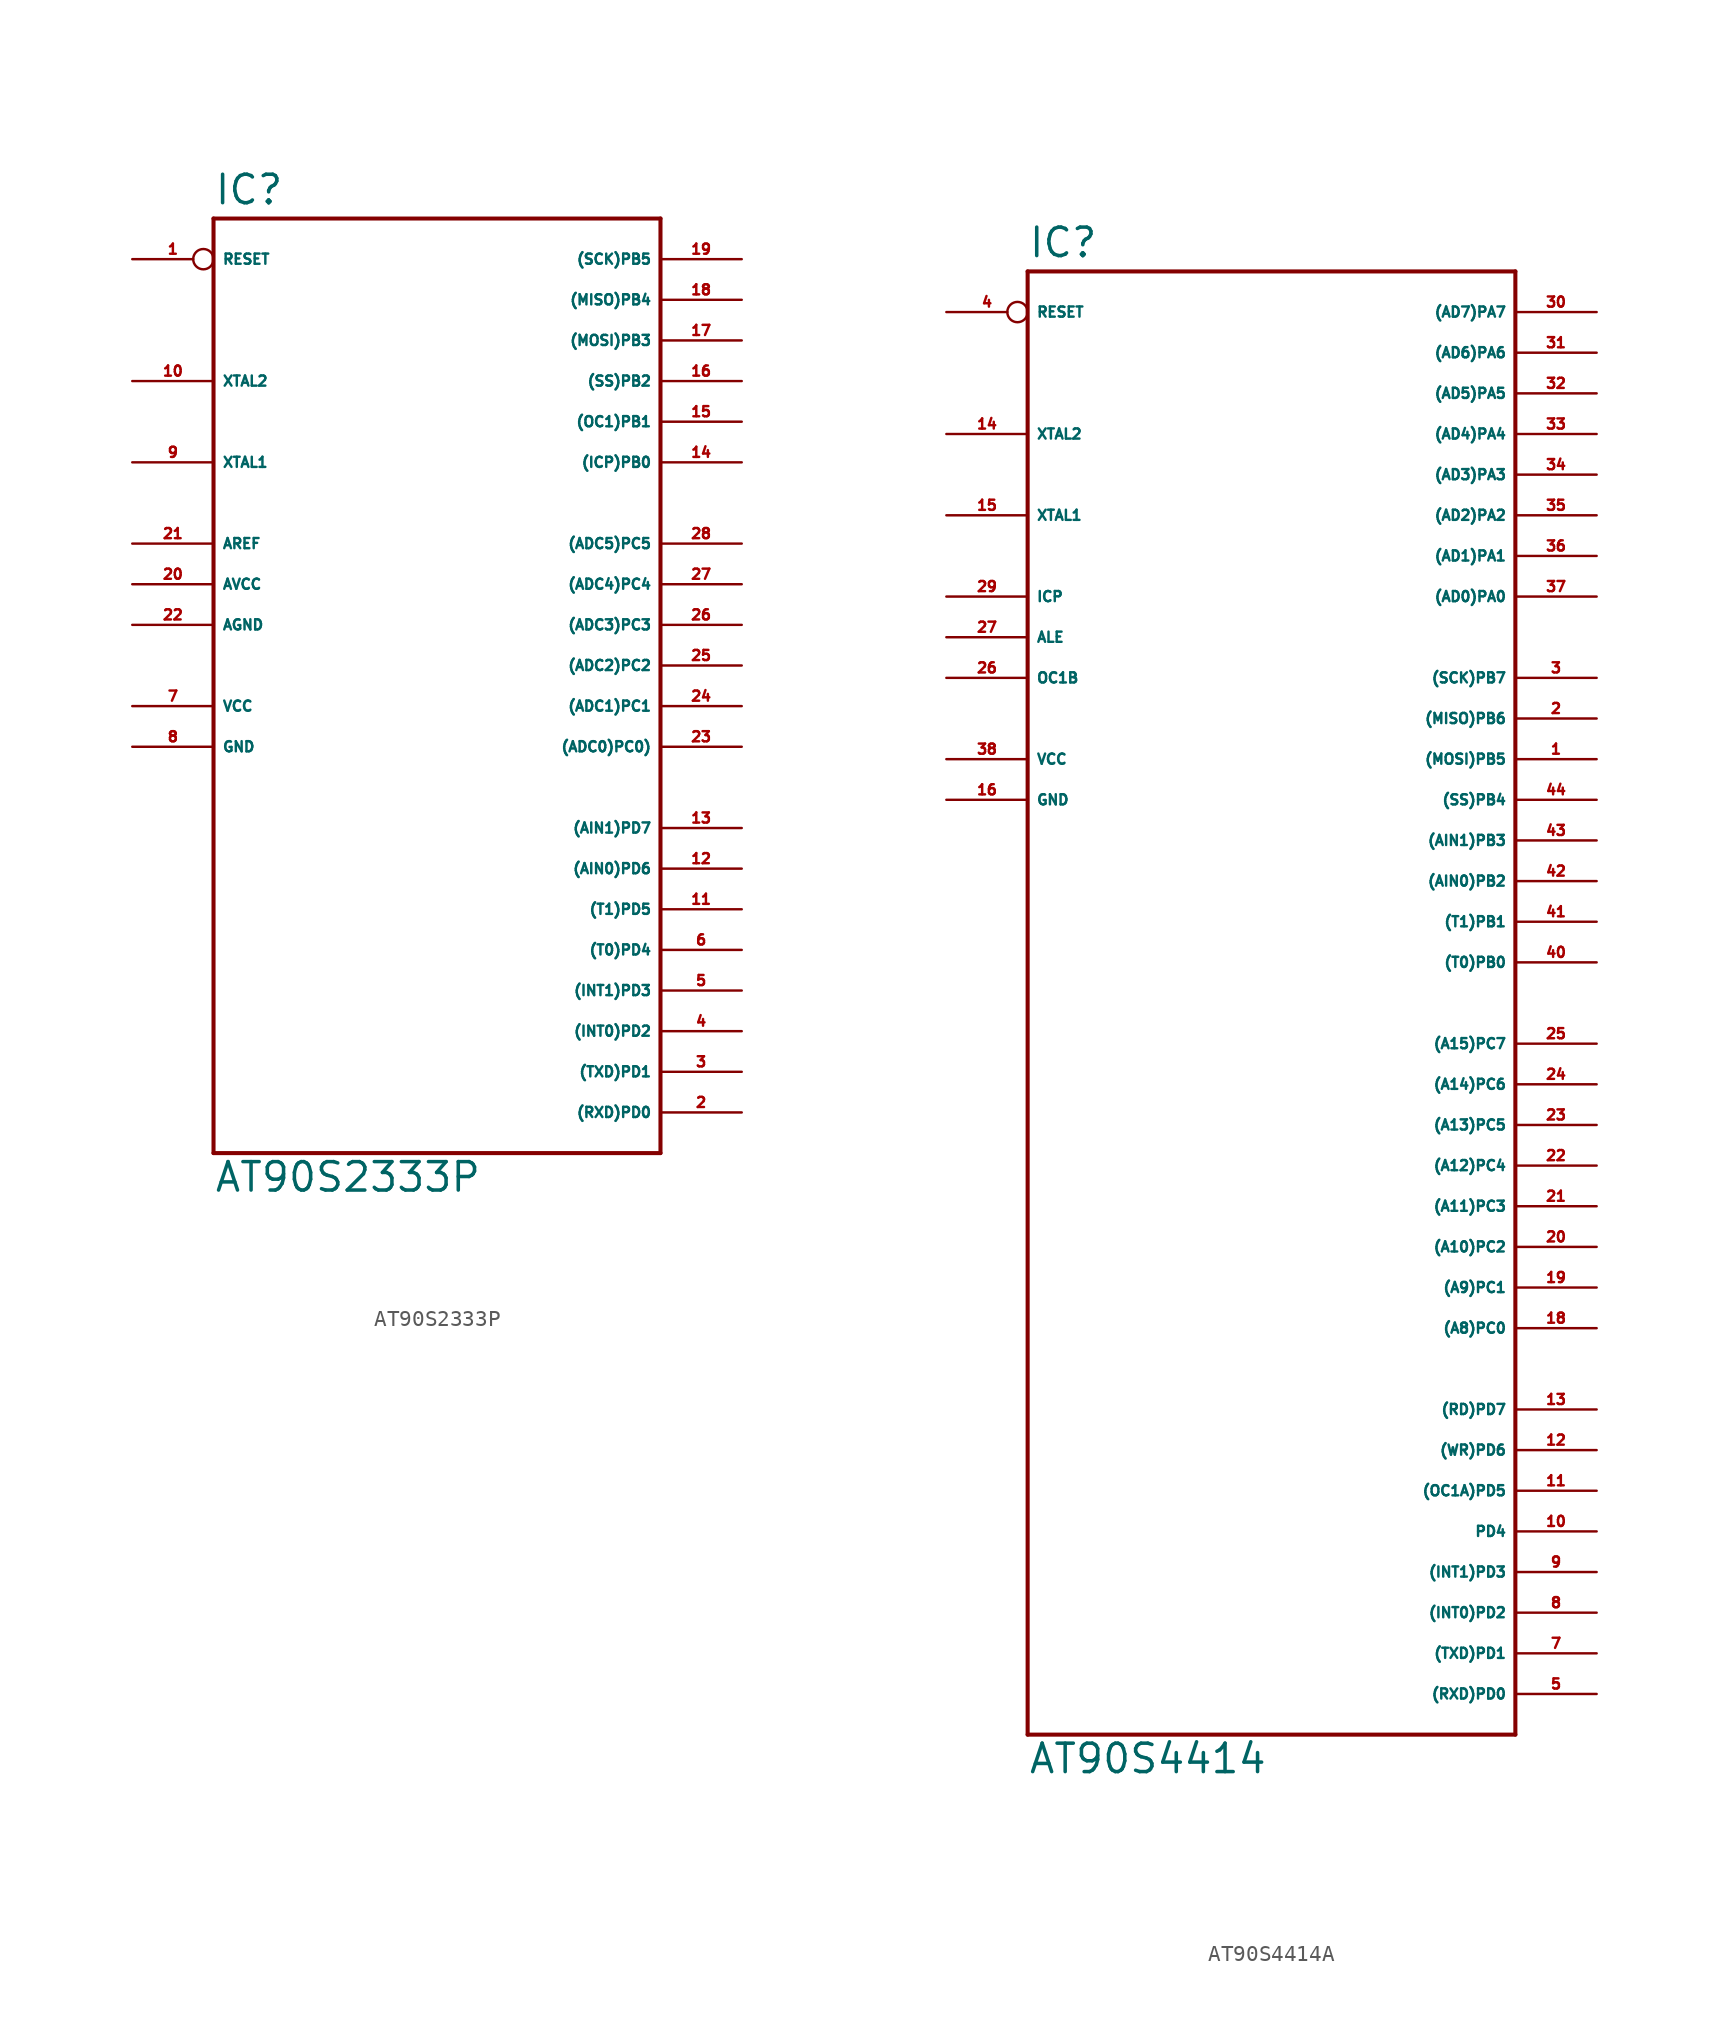
<source format=kicad_sym>
(kicad_symbol_lib
  (version 20220914)
  (generator Eagle2Kicad)
  (symbol "AT90S2333P"
    (property "Reference" "IC"
      (at -15.24 28.702 0)
      (effects (font (size 1.778 1.778) (thickness 0.22)) (justify left bottom)))
    (property "Value" "AT90S2333P"
      (at -15.24 -33.02 0)
      (effects (font (size 1.778 1.778) (thickness 0.22)) (justify left bottom)))
    (polyline
      (pts (xy -15.24 27.94) (xy 12.7 27.94))
      (stroke (width 0.254) (type default))
      (fill (type none)))
    (polyline
      (pts (xy 12.7 27.94) (xy 12.7 -30.48))
      (stroke (width 0.254) (type default))
      (fill (type none)))
    (polyline
      (pts (xy 12.7 -30.48) (xy -15.24 -30.48))
      (stroke (width 0.254) (type default))
      (fill (type none)))
    (polyline
      (pts (xy -15.24 -30.48) (xy -15.24 27.94))
      (stroke (width 0.254) (type default))
      (fill (type none)))
    (pin bidirectional line
      (at 17.78 7.62 180)
      (length 5.08)
      (name "(ADC5)PC5" (effects (font (size 0.635 0.635) (thickness 0.08)) (justify left bottom)))
      (number "28" (effects (font (size 0.635 0.635) (thickness 0.08)) (justify left bottom))))
    (pin bidirectional line
      (at 17.78 5.08 180)
      (length 5.08)
      (name "(ADC4)PC4" (effects (font (size 0.635 0.635) (thickness 0.08)) (justify left bottom)))
      (number "27" (effects (font (size 0.635 0.635) (thickness 0.08)) (justify left bottom))))
    (pin bidirectional line
      (at 17.78 2.54 180)
      (length 5.08)
      (name "(ADC3)PC3" (effects (font (size 0.635 0.635) (thickness 0.08)) (justify left bottom)))
      (number "26" (effects (font (size 0.635 0.635) (thickness 0.08)) (justify left bottom))))
    (pin bidirectional line
      (at 17.78 0 180)
      (length 5.08)
      (name "(ADC2)PC2" (effects (font (size 0.635 0.635) (thickness 0.08)) (justify left bottom)))
      (number "25" (effects (font (size 0.635 0.635) (thickness 0.08)) (justify left bottom))))
    (pin bidirectional line
      (at 17.78 -2.54 180)
      (length 5.08)
      (name "(ADC1)PC1" (effects (font (size 0.635 0.635) (thickness 0.08)) (justify left bottom)))
      (number "24" (effects (font (size 0.635 0.635) (thickness 0.08)) (justify left bottom))))
    (pin bidirectional line
      (at 17.78 -5.08 180)
      (length 5.08)
      (name "(ADC0)PC0)" (effects (font (size 0.635 0.635) (thickness 0.08)) (justify left bottom)))
      (number "23" (effects (font (size 0.635 0.635) (thickness 0.08)) (justify left bottom))))
    (pin bidirectional line
      (at 17.78 25.4 180)
      (length 5.08)
      (name "(SCK)PB5" (effects (font (size 0.635 0.635) (thickness 0.08)) (justify left bottom)))
      (number "19" (effects (font (size 0.635 0.635) (thickness 0.08)) (justify left bottom))))
    (pin bidirectional line
      (at 17.78 22.86 180)
      (length 5.08)
      (name "(MISO)PB4" (effects (font (size 0.635 0.635) (thickness 0.08)) (justify left bottom)))
      (number "18" (effects (font (size 0.635 0.635) (thickness 0.08)) (justify left bottom))))
    (pin bidirectional line
      (at 17.78 20.32 180)
      (length 5.08)
      (name "(MOSI)PB3" (effects (font (size 0.635 0.635) (thickness 0.08)) (justify left bottom)))
      (number "17" (effects (font (size 0.635 0.635) (thickness 0.08)) (justify left bottom))))
    (pin bidirectional line
      (at 17.78 17.78 180)
      (length 5.08)
      (name "(SS)PB2" (effects (font (size 0.635 0.635) (thickness 0.08)) (justify left bottom)))
      (number "16" (effects (font (size 0.635 0.635) (thickness 0.08)) (justify left bottom))))
    (pin bidirectional line
      (at 17.78 15.24 180)
      (length 5.08)
      (name "(OC1)PB1" (effects (font (size 0.635 0.635) (thickness 0.08)) (justify left bottom)))
      (number "15" (effects (font (size 0.635 0.635) (thickness 0.08)) (justify left bottom))))
    (pin bidirectional line
      (at 17.78 12.7 180)
      (length 5.08)
      (name "(ICP)PB0" (effects (font (size 0.635 0.635) (thickness 0.08)) (justify left bottom)))
      (number "14" (effects (font (size 0.635 0.635) (thickness 0.08)) (justify left bottom))))
    (pin bidirectional line
      (at 17.78 -10.16 180)
      (length 5.08)
      (name "(AIN1)PD7" (effects (font (size 0.635 0.635) (thickness 0.08)) (justify left bottom)))
      (number "13" (effects (font (size 0.635 0.635) (thickness 0.08)) (justify left bottom))))
    (pin bidirectional line
      (at 17.78 -12.7 180)
      (length 5.08)
      (name "(AIN0)PD6" (effects (font (size 0.635 0.635) (thickness 0.08)) (justify left bottom)))
      (number "12" (effects (font (size 0.635 0.635) (thickness 0.08)) (justify left bottom))))
    (pin bidirectional line
      (at 17.78 -15.24 180)
      (length 5.08)
      (name "(T1)PD5" (effects (font (size 0.635 0.635) (thickness 0.08)) (justify left bottom)))
      (number "11" (effects (font (size 0.635 0.635) (thickness 0.08)) (justify left bottom))))
    (pin bidirectional line
      (at 17.78 -17.78 180)
      (length 5.08)
      (name "(T0)PD4" (effects (font (size 0.635 0.635) (thickness 0.08)) (justify left bottom)))
      (number "6" (effects (font (size 0.635 0.635) (thickness 0.08)) (justify left bottom))))
    (pin bidirectional line
      (at 17.78 -20.32 180)
      (length 5.08)
      (name "(INT1)PD3" (effects (font (size 0.635 0.635) (thickness 0.08)) (justify left bottom)))
      (number "5" (effects (font (size 0.635 0.635) (thickness 0.08)) (justify left bottom))))
    (pin bidirectional line
      (at 17.78 -22.86 180)
      (length 5.08)
      (name "(INT0)PD2" (effects (font (size 0.635 0.635) (thickness 0.08)) (justify left bottom)))
      (number "4" (effects (font (size 0.635 0.635) (thickness 0.08)) (justify left bottom))))
    (pin bidirectional line
      (at 17.78 -25.4 180)
      (length 5.08)
      (name "(TXD)PD1" (effects (font (size 0.635 0.635) (thickness 0.08)) (justify left bottom)))
      (number "3" (effects (font (size 0.635 0.635) (thickness 0.08)) (justify left bottom))))
    (pin bidirectional line
      (at 17.78 -27.94 180)
      (length 5.08)
      (name "(RXD)PD0" (effects (font (size 0.635 0.635) (thickness 0.08)) (justify left bottom)))
      (number "2" (effects (font (size 0.635 0.635) (thickness 0.08)) (justify left bottom))))
    (pin unspecified line
      (at -20.32 -5.08 0)
      (length 5.08)
      (name "GND" (effects (font (size 0.635 0.635) (thickness 0.08)) (justify left bottom)))
      (number "8" (effects (font (size 0.635 0.635) (thickness 0.08)) (justify left bottom))))
    (pin unspecified line
      (at -20.32 -2.54 0)
      (length 5.08)
      (name "VCC" (effects (font (size 0.635 0.635) (thickness 0.08)) (justify left bottom)))
      (number "7" (effects (font (size 0.635 0.635) (thickness 0.08)) (justify left bottom))))
    (pin unspecified line
      (at -20.32 5.08 0)
      (length 5.08)
      (name "AVCC" (effects (font (size 0.635 0.635) (thickness 0.08)) (justify left bottom)))
      (number "20" (effects (font (size 0.635 0.635) (thickness 0.08)) (justify left bottom))))
    (pin passive line
      (at -20.32 7.62 0)
      (length 5.08)
      (name "AREF" (effects (font (size 0.635 0.635) (thickness 0.08)) (justify left bottom)))
      (number "21" (effects (font (size 0.635 0.635) (thickness 0.08)) (justify left bottom))))
    (pin bidirectional line
      (at -20.32 12.7 0)
      (length 5.08)
      (name "XTAL1" (effects (font (size 0.635 0.635) (thickness 0.08)) (justify left bottom)))
      (number "9" (effects (font (size 0.635 0.635) (thickness 0.08)) (justify left bottom))))
    (pin bidirectional line
      (at -20.32 17.78 0)
      (length 5.08)
      (name "XTAL2" (effects (font (size 0.635 0.635) (thickness 0.08)) (justify left bottom)))
      (number "10" (effects (font (size 0.635 0.635) (thickness 0.08)) (justify left bottom))))
    (pin input inverted
      (at -20.32 25.4 0)
      (length 5.08)
      (name "RESET" (effects (font (size 0.635 0.635) (thickness 0.08)) (justify left bottom)))
      (number "1" (effects (font (size 0.635 0.635) (thickness 0.08)) (justify left bottom))))
    (pin unspecified line
      (at -20.32 2.54 0)
      (length 5.08)
      (name "AGND" (effects (font (size 0.635 0.635) (thickness 0.08)) (justify left bottom)))
      (number "22" (effects (font (size 0.635 0.635) (thickness 0.08)) (justify left bottom)))))
  (symbol "AT90S4414A"
    (property "Reference" "IC"
      (at -15.24 36.322 0)
      (effects (font (size 1.778 1.778) (thickness 0.22)) (justify left bottom)))
    (property "Value" "AT90S4414"
      (at -15.24 -58.42 0)
      (effects (font (size 1.778 1.778) (thickness 0.22)) (justify left bottom)))
    (polyline
      (pts (xy -15.24 35.56) (xy 15.24 35.56))
      (stroke (width 0.254) (type default))
      (fill (type none)))
    (polyline
      (pts (xy 15.24 35.56) (xy 15.24 -55.88))
      (stroke (width 0.254) (type default))
      (fill (type none)))
    (polyline
      (pts (xy 15.24 -55.88) (xy -15.24 -55.88))
      (stroke (width 0.254) (type default))
      (fill (type none)))
    (polyline
      (pts (xy -15.24 -55.88) (xy -15.24 35.56))
      (stroke (width 0.254) (type default))
      (fill (type none)))
    (pin bidirectional line
      (at 20.32 33.02 180)
      (length 5.08)
      (name "(AD7)PA7" (effects (font (size 0.635 0.635) (thickness 0.08)) (justify left bottom)))
      (number "30" (effects (font (size 0.635 0.635) (thickness 0.08)) (justify left bottom))))
    (pin bidirectional line
      (at 20.32 30.48 180)
      (length 5.08)
      (name "(AD6)PA6" (effects (font (size 0.635 0.635) (thickness 0.08)) (justify left bottom)))
      (number "31" (effects (font (size 0.635 0.635) (thickness 0.08)) (justify left bottom))))
    (pin bidirectional line
      (at 20.32 27.94 180)
      (length 5.08)
      (name "(AD5)PA5" (effects (font (size 0.635 0.635) (thickness 0.08)) (justify left bottom)))
      (number "32" (effects (font (size 0.635 0.635) (thickness 0.08)) (justify left bottom))))
    (pin bidirectional line
      (at 20.32 25.4 180)
      (length 5.08)
      (name "(AD4)PA4" (effects (font (size 0.635 0.635) (thickness 0.08)) (justify left bottom)))
      (number "33" (effects (font (size 0.635 0.635) (thickness 0.08)) (justify left bottom))))
    (pin bidirectional line
      (at 20.32 22.86 180)
      (length 5.08)
      (name "(AD3)PA3" (effects (font (size 0.635 0.635) (thickness 0.08)) (justify left bottom)))
      (number "34" (effects (font (size 0.635 0.635) (thickness 0.08)) (justify left bottom))))
    (pin bidirectional line
      (at 20.32 20.32 180)
      (length 5.08)
      (name "(AD2)PA2" (effects (font (size 0.635 0.635) (thickness 0.08)) (justify left bottom)))
      (number "35" (effects (font (size 0.635 0.635) (thickness 0.08)) (justify left bottom))))
    (pin bidirectional line
      (at 20.32 17.78 180)
      (length 5.08)
      (name "(AD1)PA1" (effects (font (size 0.635 0.635) (thickness 0.08)) (justify left bottom)))
      (number "36" (effects (font (size 0.635 0.635) (thickness 0.08)) (justify left bottom))))
    (pin bidirectional line
      (at 20.32 15.24 180)
      (length 5.08)
      (name "(AD0)PA0" (effects (font (size 0.635 0.635) (thickness 0.08)) (justify left bottom)))
      (number "37" (effects (font (size 0.635 0.635) (thickness 0.08)) (justify left bottom))))
    (pin bidirectional line
      (at 20.32 10.16 180)
      (length 5.08)
      (name "(SCK)PB7" (effects (font (size 0.635 0.635) (thickness 0.08)) (justify left bottom)))
      (number "3" (effects (font (size 0.635 0.635) (thickness 0.08)) (justify left bottom))))
    (pin bidirectional line
      (at 20.32 7.62 180)
      (length 5.08)
      (name "(MISO)PB6" (effects (font (size 0.635 0.635) (thickness 0.08)) (justify left bottom)))
      (number "2" (effects (font (size 0.635 0.635) (thickness 0.08)) (justify left bottom))))
    (pin bidirectional line
      (at 20.32 5.08 180)
      (length 5.08)
      (name "(MOSI)PB5" (effects (font (size 0.635 0.635) (thickness 0.08)) (justify left bottom)))
      (number "1" (effects (font (size 0.635 0.635) (thickness 0.08)) (justify left bottom))))
    (pin bidirectional line
      (at 20.32 2.54 180)
      (length 5.08)
      (name "(SS)PB4" (effects (font (size 0.635 0.635) (thickness 0.08)) (justify left bottom)))
      (number "44" (effects (font (size 0.635 0.635) (thickness 0.08)) (justify left bottom))))
    (pin bidirectional line
      (at 20.32 0 180)
      (length 5.08)
      (name "(AIN1)PB3" (effects (font (size 0.635 0.635) (thickness 0.08)) (justify left bottom)))
      (number "43" (effects (font (size 0.635 0.635) (thickness 0.08)) (justify left bottom))))
    (pin bidirectional line
      (at 20.32 -2.54 180)
      (length 5.08)
      (name "(AIN0)PB2" (effects (font (size 0.635 0.635) (thickness 0.08)) (justify left bottom)))
      (number "42" (effects (font (size 0.635 0.635) (thickness 0.08)) (justify left bottom))))
    (pin bidirectional line
      (at 20.32 -5.08 180)
      (length 5.08)
      (name "(T1)PB1" (effects (font (size 0.635 0.635) (thickness 0.08)) (justify left bottom)))
      (number "41" (effects (font (size 0.635 0.635) (thickness 0.08)) (justify left bottom))))
    (pin bidirectional line
      (at 20.32 -7.62 180)
      (length 5.08)
      (name "(T0)PB0" (effects (font (size 0.635 0.635) (thickness 0.08)) (justify left bottom)))
      (number "40" (effects (font (size 0.635 0.635) (thickness 0.08)) (justify left bottom))))
    (pin bidirectional line
      (at 20.32 -12.7 180)
      (length 5.08)
      (name "(A15)PC7" (effects (font (size 0.635 0.635) (thickness 0.08)) (justify left bottom)))
      (number "25" (effects (font (size 0.635 0.635) (thickness 0.08)) (justify left bottom))))
    (pin bidirectional line
      (at 20.32 -15.24 180)
      (length 5.08)
      (name "(A14)PC6" (effects (font (size 0.635 0.635) (thickness 0.08)) (justify left bottom)))
      (number "24" (effects (font (size 0.635 0.635) (thickness 0.08)) (justify left bottom))))
    (pin bidirectional line
      (at 20.32 -17.78 180)
      (length 5.08)
      (name "(A13)PC5" (effects (font (size 0.635 0.635) (thickness 0.08)) (justify left bottom)))
      (number "23" (effects (font (size 0.635 0.635) (thickness 0.08)) (justify left bottom))))
    (pin bidirectional line
      (at 20.32 -20.32 180)
      (length 5.08)
      (name "(A12)PC4" (effects (font (size 0.635 0.635) (thickness 0.08)) (justify left bottom)))
      (number "22" (effects (font (size 0.635 0.635) (thickness 0.08)) (justify left bottom))))
    (pin bidirectional line
      (at 20.32 -22.86 180)
      (length 5.08)
      (name "(A11)PC3" (effects (font (size 0.635 0.635) (thickness 0.08)) (justify left bottom)))
      (number "21" (effects (font (size 0.635 0.635) (thickness 0.08)) (justify left bottom))))
    (pin bidirectional line
      (at 20.32 -25.4 180)
      (length 5.08)
      (name "(A10)PC2" (effects (font (size 0.635 0.635) (thickness 0.08)) (justify left bottom)))
      (number "20" (effects (font (size 0.635 0.635) (thickness 0.08)) (justify left bottom))))
    (pin bidirectional line
      (at 20.32 -27.94 180)
      (length 5.08)
      (name "(A9)PC1" (effects (font (size 0.635 0.635) (thickness 0.08)) (justify left bottom)))
      (number "19" (effects (font (size 0.635 0.635) (thickness 0.08)) (justify left bottom))))
    (pin bidirectional line
      (at 20.32 -30.48 180)
      (length 5.08)
      (name "(A8)PC0" (effects (font (size 0.635 0.635) (thickness 0.08)) (justify left bottom)))
      (number "18" (effects (font (size 0.635 0.635) (thickness 0.08)) (justify left bottom))))
    (pin bidirectional line
      (at -20.32 10.16 0)
      (length 5.08)
      (name "OC1B" (effects (font (size 0.635 0.635) (thickness 0.08)) (justify left bottom)))
      (number "26" (effects (font (size 0.635 0.635) (thickness 0.08)) (justify left bottom))))
    (pin bidirectional line
      (at -20.32 12.7 0)
      (length 5.08)
      (name "ALE" (effects (font (size 0.635 0.635) (thickness 0.08)) (justify left bottom)))
      (number "27" (effects (font (size 0.635 0.635) (thickness 0.08)) (justify left bottom))))
    (pin bidirectional line
      (at -20.32 15.24 0)
      (length 5.08)
      (name "ICP" (effects (font (size 0.635 0.635) (thickness 0.08)) (justify left bottom)))
      (number "29" (effects (font (size 0.635 0.635) (thickness 0.08)) (justify left bottom))))
    (pin bidirectional line
      (at -20.32 20.32 0)
      (length 5.08)
      (name "XTAL1" (effects (font (size 0.635 0.635) (thickness 0.08)) (justify left bottom)))
      (number "15" (effects (font (size 0.635 0.635) (thickness 0.08)) (justify left bottom))))
    (pin bidirectional line
      (at -20.32 25.4 0)
      (length 5.08)
      (name "XTAL2" (effects (font (size 0.635 0.635) (thickness 0.08)) (justify left bottom)))
      (number "14" (effects (font (size 0.635 0.635) (thickness 0.08)) (justify left bottom))))
    (pin unspecified line
      (at -20.32 5.08 0)
      (length 5.08)
      (name "VCC" (effects (font (size 0.635 0.635) (thickness 0.08)) (justify left bottom)))
      (number "38" (effects (font (size 0.635 0.635) (thickness 0.08)) (justify left bottom))))
    (pin unspecified line
      (at -20.32 2.54 0)
      (length 5.08)
      (name "GND" (effects (font (size 0.635 0.635) (thickness 0.08)) (justify left bottom)))
      (number "16" (effects (font (size 0.635 0.635) (thickness 0.08)) (justify left bottom))))
    (pin input inverted
      (at -20.32 33.02 0)
      (length 5.08)
      (name "RESET" (effects (font (size 0.635 0.635) (thickness 0.08)) (justify left bottom)))
      (number "4" (effects (font (size 0.635 0.635) (thickness 0.08)) (justify left bottom))))
    (pin bidirectional line
      (at 20.32 -53.34 180)
      (length 5.08)
      (name "(RXD)PD0" (effects (font (size 0.635 0.635) (thickness 0.08)) (justify left bottom)))
      (number "5" (effects (font (size 0.635 0.635) (thickness 0.08)) (justify left bottom))))
    (pin bidirectional line
      (at 20.32 -50.8 180)
      (length 5.08)
      (name "(TXD)PD1" (effects (font (size 0.635 0.635) (thickness 0.08)) (justify left bottom)))
      (number "7" (effects (font (size 0.635 0.635) (thickness 0.08)) (justify left bottom))))
    (pin bidirectional line
      (at 20.32 -48.26 180)
      (length 5.08)
      (name "(INT0)PD2" (effects (font (size 0.635 0.635) (thickness 0.08)) (justify left bottom)))
      (number "8" (effects (font (size 0.635 0.635) (thickness 0.08)) (justify left bottom))))
    (pin bidirectional line
      (at 20.32 -45.72 180)
      (length 5.08)
      (name "(INT1)PD3" (effects (font (size 0.635 0.635) (thickness 0.08)) (justify left bottom)))
      (number "9" (effects (font (size 0.635 0.635) (thickness 0.08)) (justify left bottom))))
    (pin bidirectional line
      (at 20.32 -43.18 180)
      (length 5.08)
      (name "PD4" (effects (font (size 0.635 0.635) (thickness 0.08)) (justify left bottom)))
      (number "10" (effects (font (size 0.635 0.635) (thickness 0.08)) (justify left bottom))))
    (pin bidirectional line
      (at 20.32 -40.64 180)
      (length 5.08)
      (name "(OC1A)PD5" (effects (font (size 0.635 0.635) (thickness 0.08)) (justify left bottom)))
      (number "11" (effects (font (size 0.635 0.635) (thickness 0.08)) (justify left bottom))))
    (pin bidirectional line
      (at 20.32 -38.1 180)
      (length 5.08)
      (name "(WR)PD6" (effects (font (size 0.635 0.635) (thickness 0.08)) (justify left bottom)))
      (number "12" (effects (font (size 0.635 0.635) (thickness 0.08)) (justify left bottom))))
    (pin bidirectional line
      (at 20.32 -35.56 180)
      (length 5.08)
      (name "(RD)PD7" (effects (font (size 0.635 0.635) (thickness 0.08)) (justify left bottom)))
      (number "13" (effects (font (size 0.635 0.635) (thickness 0.08)) (justify left bottom))))))
</source>
